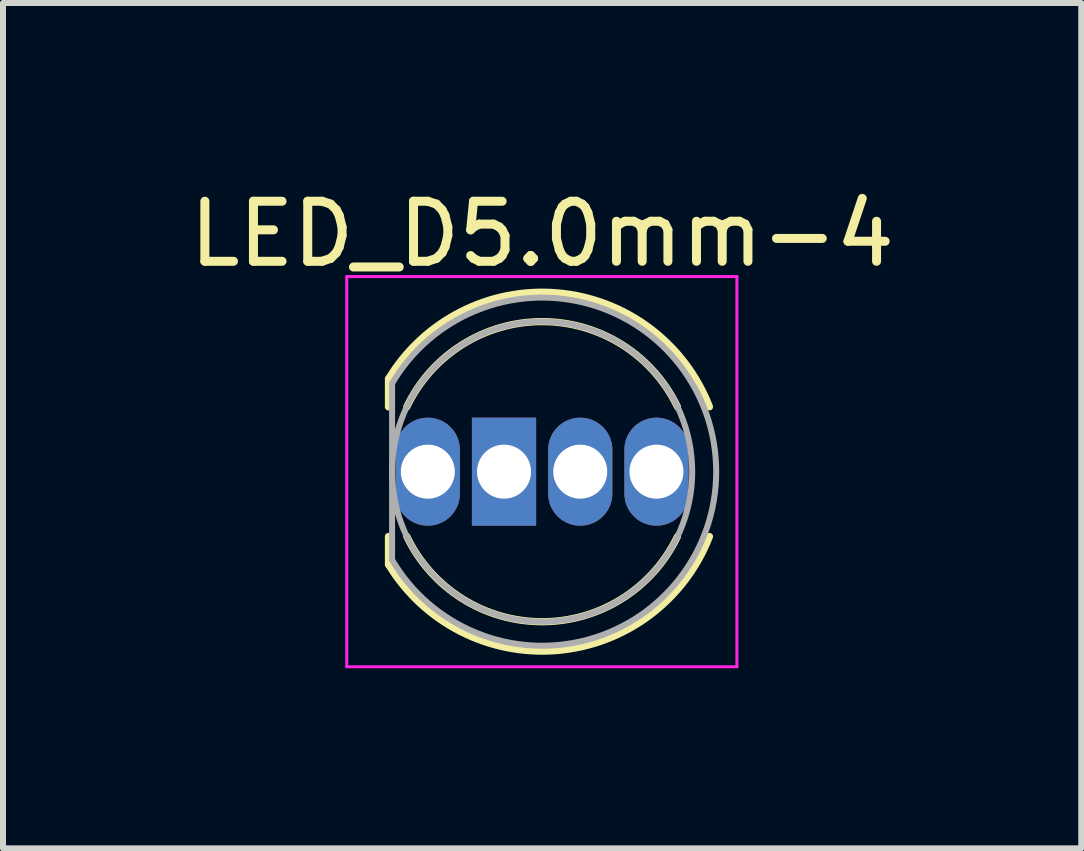
<source format=kicad_pcb>
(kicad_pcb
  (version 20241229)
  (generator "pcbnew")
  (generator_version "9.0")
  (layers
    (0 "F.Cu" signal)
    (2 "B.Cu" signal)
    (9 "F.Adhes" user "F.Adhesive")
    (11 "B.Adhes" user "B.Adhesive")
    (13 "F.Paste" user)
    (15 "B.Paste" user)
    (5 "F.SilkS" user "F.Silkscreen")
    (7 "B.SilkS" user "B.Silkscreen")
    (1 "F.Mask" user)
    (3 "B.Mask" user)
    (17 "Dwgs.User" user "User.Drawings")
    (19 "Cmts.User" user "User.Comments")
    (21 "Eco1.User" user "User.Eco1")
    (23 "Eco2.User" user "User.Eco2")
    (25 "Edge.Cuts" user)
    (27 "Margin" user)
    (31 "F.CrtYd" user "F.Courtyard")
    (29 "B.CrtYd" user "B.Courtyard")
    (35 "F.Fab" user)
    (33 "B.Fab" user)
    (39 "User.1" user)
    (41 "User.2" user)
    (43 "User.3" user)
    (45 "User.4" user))
  (footprint "LED_D5.0mm-4"
    (layer "F.Cu")
    (at 4.077 4.808)
    (property "Reference" "LED_D5.0mm-4" (at 1.905 -3.96 0) (layer "F.SilkS") (effects (font (size 1 1) (thickness 0.15))))
    (attr through_hole)
    (fp_line (start -0.655 -1.545) (end -0.655 -1.08) (stroke (width 0.12) (type solid)) (layer "F.SilkS"))
    (fp_line (start -0.655 1.08) (end -0.655 1.545) (stroke (width 0.12) (type solid)) (layer "F.SilkS"))
    (fp_arc (start -0.655 -1.54483) (mid 2.163456 -2.978809) (end 4.692815 -1.080827) (stroke (width 0.12) (type solid)) (layer "F.SilkS"))
    (fp_arc (start -0.349684 -1.08) (mid 1.904762 -2.5) (end 4.159479 -1.080429) (stroke (width 0.12) (type solid)) (layer "F.SilkS"))
    (fp_arc (start 4.159479 1.080429) (mid 1.904762 2.5) (end -0.349684 1.08) (stroke (width 0.12) (type solid)) (layer "F.SilkS"))
    (fp_arc (start 4.692815 1.080827) (mid 2.163456 2.978808) (end -0.655 1.54483) (stroke (width 0.12) (type solid)) (layer "F.SilkS"))
    (fp_line (start -1.35 -3.25) (end -1.35 3.25) (stroke (width 0.05) (type solid)) (layer "F.CrtYd"))
    (fp_line (start -1.35 3.25) (end 5.15 3.25) (stroke (width 0.05) (type solid)) (layer "F.CrtYd"))
    (fp_line (start 5.15 -3.25) (end -1.35 -3.25) (stroke (width 0.05) (type solid)) (layer "F.CrtYd"))
    (fp_line (start 5.15 3.25) (end 5.15 -3.25) (stroke (width 0.05) (type solid)) (layer "F.CrtYd"))
    (fp_line (start -0.595 -1.47) (end -0.595 1.47) (stroke (width 0.1) (type solid)) (layer "F.Fab"))
    (fp_arc (start -0.595 -1.469694) (mid 4.805 0.000016) (end -0.595016 1.469666) (stroke (width 0.1) (type solid)) (layer "F.Fab"))
    (fp_circle (center 1.905 0) (end 4.405 0) (stroke (width 0.1) (type solid)) (fill no) (layer "F.Fab"))
    (pad "1" thru_hole rect (at 1.27 0) (size 1.07 1.8) (drill 0.9) (layers "*.Cu" "*.Mask"))
    (pad "2" thru_hole oval (at 0 0) (size 1.07 1.8) (drill 0.9) (layers "*.Cu" "*.Mask"))
    (pad "3" thru_hole oval (at 2.54 0) (size 1.07 1.8) (drill 0.9) (layers "*.Cu" "*.Mask"))
    (pad "4" thru_hole oval (at 3.81 0) (size 1.07 1.8) (drill 0.9) (layers "*.Cu" "*.Mask")))
  (gr_rect
    (start -3 -3)
    (end 14.964 11.083)
    (stroke (width 0.1) (type default))
    (fill no)
    (layer "Edge.Cuts")))
</source>
